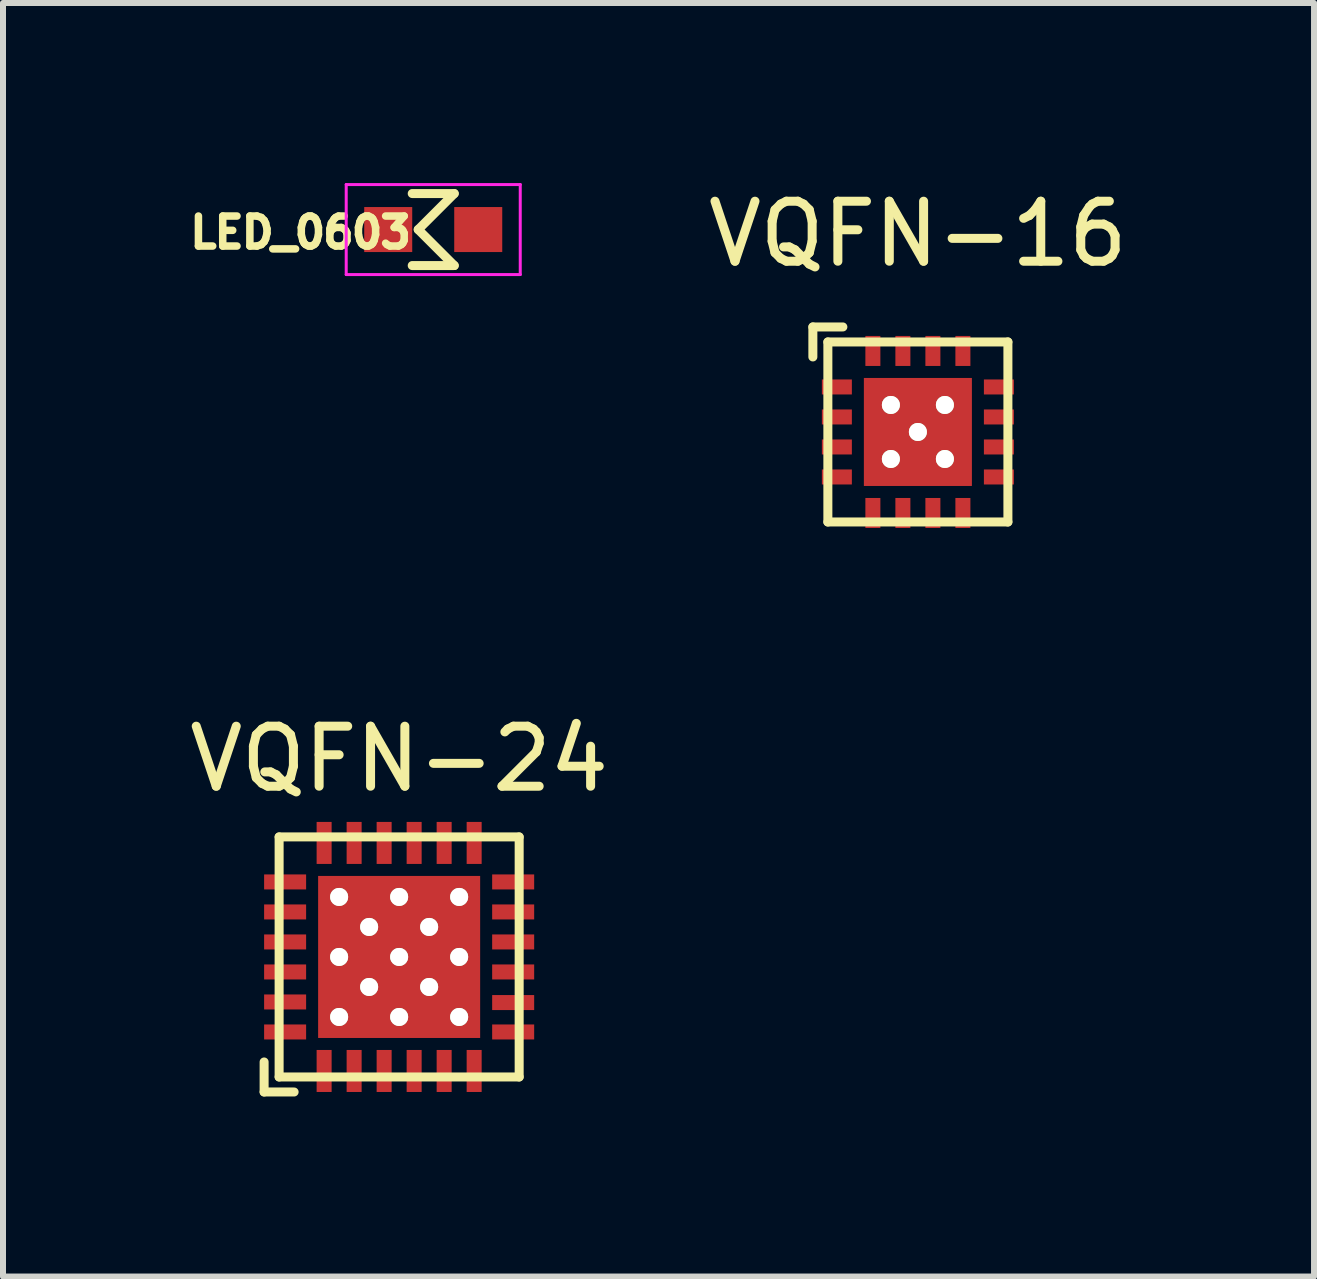
<source format=kicad_pcb>
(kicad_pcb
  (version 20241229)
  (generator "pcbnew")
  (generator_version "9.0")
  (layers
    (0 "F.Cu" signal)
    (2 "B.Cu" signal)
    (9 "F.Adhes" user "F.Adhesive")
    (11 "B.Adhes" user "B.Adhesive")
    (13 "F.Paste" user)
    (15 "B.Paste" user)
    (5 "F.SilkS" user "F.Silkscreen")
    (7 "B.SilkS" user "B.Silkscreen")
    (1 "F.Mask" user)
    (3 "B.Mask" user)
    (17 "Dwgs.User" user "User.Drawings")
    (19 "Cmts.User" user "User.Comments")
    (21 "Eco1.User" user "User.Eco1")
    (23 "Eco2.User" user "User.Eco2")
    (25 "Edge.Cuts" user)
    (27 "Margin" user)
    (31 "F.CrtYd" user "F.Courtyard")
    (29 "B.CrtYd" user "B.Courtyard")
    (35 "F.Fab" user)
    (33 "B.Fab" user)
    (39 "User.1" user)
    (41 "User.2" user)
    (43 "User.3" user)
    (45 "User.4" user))
  (footprint "LED_0603"
    (layer "F.Cu")
    (at 4.169 0.775)
    (property "Reference" "LED_0603" (at -2.21 0.05 0) (layer "F.SilkS") (effects (font (size 0.5 0.5) (thickness 0.125))))
    (attr smd)
    (fp_line (start -0.35 -0.6) (end 0.35 -0.6) (stroke (width 0.15) (type solid)) (layer "F.SilkS"))
    (fp_line (start -0.25 0) (end 0.35 0.6) (stroke (width 0.15) (type solid)) (layer "F.SilkS"))
    (fp_line (start 0.35 -0.6) (end -0.25 0) (stroke (width 0.15) (type solid)) (layer "F.SilkS"))
    (fp_line (start 0.35 0.6) (end -0.35 0.6) (stroke (width 0.15) (type solid)) (layer "F.SilkS"))
    (fp_line (start -1.45 -0.75) (end -1.45 0.75) (stroke (width 0.05) (type solid)) (layer "F.CrtYd"))
    (fp_line (start -1.45 -0.75) (end 1.45 -0.75) (stroke (width 0.05) (type solid)) (layer "F.CrtYd"))
    (fp_line (start -1.45 0.75) (end 1.45 0.75) (stroke (width 0.05) (type solid)) (layer "F.CrtYd"))
    (fp_line (start 1.45 -0.75) (end 1.45 0.75) (stroke (width 0.05) (type solid)) (layer "F.CrtYd"))
    (pad "1" smd rect (at -0.75 0) (size 0.8 0.75) (layers "F.Cu" "F.Mask" "F.Paste"))
    (pad "2" smd rect (at 0.75 0) (size 0.8 0.75) (layers "F.Cu" "F.Mask" "F.Paste")))
  (footprint "VQFN-24"
    (layer "F.Cu")
    (at 3.601 12.896)
    (property "Reference" "VQFN-24" (at 0 -3.3 0) (layer "F.SilkS") (effects (font (size 1 1) (thickness 0.15))))
    (attr through_hole)
    (fp_line (start -2.25 1.75) (end -2.25 2.25) (stroke (width 0.15) (type solid)) (layer "F.SilkS"))
    (fp_line (start -2.25 2.25) (end -1.75 2.25) (stroke (width 0.15) (type solid)) (layer "F.SilkS"))
    (fp_line (start -2 -2) (end 2 -2) (stroke (width 0.15) (type solid)) (layer "F.SilkS"))
    (fp_line (start -2 2) (end -2 -2) (stroke (width 0.15) (type solid)) (layer "F.SilkS"))
    (fp_line (start 2 -2) (end 2 2) (stroke (width 0.15) (type solid)) (layer "F.SilkS"))
    (fp_line (start 2 2) (end -2 2) (stroke (width 0.15) (type solid)) (layer "F.SilkS"))
    (pad "1" smd rect (at -1.25 1.9) (size 0.25 0.7) (layers "F.Cu" "F.Mask" "F.Paste"))
    (pad "2" smd rect (at -0.75 1.9) (size 0.25 0.7) (layers "F.Cu" "F.Mask" "F.Paste"))
    (pad "3" smd rect (at -0.25 1.9) (size 0.25 0.7) (layers "F.Cu" "F.Mask" "F.Paste"))
    (pad "4" smd rect (at 0.25 1.9) (size 0.25 0.7) (layers "F.Cu" "F.Mask" "F.Paste"))
    (pad "5" smd rect (at 0.75 1.9) (size 0.25 0.7) (layers "F.Cu" "F.Mask" "F.Paste"))
    (pad "6" smd rect (at 1.25 1.9) (size 0.25 0.7) (layers "F.Cu" "F.Mask" "F.Paste"))
    (pad "7" smd rect (at 1.9 1.25 90) (size 0.25 0.7) (layers "F.Cu" "F.Mask" "F.Paste"))
    (pad "8" smd rect (at 1.9 0.76 90) (size 0.25 0.7) (layers "F.Cu" "F.Mask" "F.Paste"))
    (pad "9" smd rect (at 1.9 0.25 90) (size 0.25 0.7) (layers "F.Cu" "F.Mask" "F.Paste"))
    (pad "10" smd rect (at 1.9 -0.25 90) (size 0.25 0.7) (layers "F.Cu" "F.Mask" "F.Paste"))
    (pad "11" smd rect (at 1.9 -0.75 90) (size 0.25 0.7) (layers "F.Cu" "F.Mask" "F.Paste"))
    (pad "12" smd rect (at 1.9 -1.25 90) (size 0.25 0.7) (layers "F.Cu" "F.Mask" "F.Paste"))
    (pad "13" smd rect (at 1.25 -1.9) (size 0.25 0.7) (layers "F.Cu" "F.Mask" "F.Paste"))
    (pad "14" smd rect (at 0.75 -1.9) (size 0.25 0.7) (layers "F.Cu" "F.Mask" "F.Paste"))
    (pad "15" smd rect (at 0.25 -1.9) (size 0.25 0.7) (layers "F.Cu" "F.Mask" "F.Paste"))
    (pad "16" smd rect (at -0.25 -1.9) (size 0.25 0.7) (layers "F.Cu" "F.Mask" "F.Paste"))
    (pad "17" smd rect (at -0.75 -1.9) (size 0.25 0.7) (layers "F.Cu" "F.Mask" "F.Paste"))
    (pad "18" smd rect (at -1.25 -1.9) (size 0.25 0.7) (layers "F.Cu" "F.Mask" "F.Paste"))
    (pad "19" smd rect (at -1.9 -1.25 90) (size 0.25 0.7) (layers "F.Cu" "F.Mask" "F.Paste"))
    (pad "20" smd rect (at -1.9 -0.75 90) (size 0.25 0.7) (layers "F.Cu" "F.Mask" "F.Paste"))
    (pad "21" smd rect (at -1.9 -0.25 90) (size 0.25 0.7) (layers "F.Cu" "F.Mask" "F.Paste"))
    (pad "22" smd rect (at -1.9 0.25 90) (size 0.25 0.7) (layers "F.Cu" "F.Mask" "F.Paste"))
    (pad "23" smd rect (at -1.9 0.75 90) (size 0.25 0.7) (layers "F.Cu" "F.Mask" "F.Paste"))
    (pad "24" smd rect (at -1.9 1.25 90) (size 0.25 0.7) (layers "F.Cu" "F.Mask" "F.Paste"))
    (pad "EP" thru_hole circle (at -1 -1) (size 0.3 0.3) (drill 0.3) (layers "*.Cu" "F.Mask" "F.SilkS"))
    (pad "EP" thru_hole circle (at -1 0) (size 0.3 0.3) (drill 0.3) (layers "*.Cu" "F.Mask" "F.SilkS"))
    (pad "EP" thru_hole circle (at -1 1) (size 0.3 0.3) (drill 0.3) (layers "*.Cu" "F.Mask" "F.SilkS"))
    (pad "EP" thru_hole circle (at -0.5 -0.5) (size 0.3 0.3) (drill 0.3) (layers "*.Cu" "F.Mask" "F.SilkS"))
    (pad "EP" thru_hole circle (at -0.5 0.5) (size 0.3 0.3) (drill 0.3) (layers "*.Cu" "F.Mask" "F.SilkS"))
    (pad "EP" thru_hole circle (at 0 -1) (size 0.3 0.3) (drill 0.3) (layers "*.Cu" "F.Mask" "F.SilkS"))
    (pad "EP" thru_hole circle (at 0 0) (size 0.3 0.3) (drill 0.3) (layers "*.Cu" "F.Mask" "F.SilkS"))
    (pad "EP" smd rect (at 0 0) (size 2.7 2.7) (layers "F.Cu" "F.Mask" "F.Paste"))
    (pad "EP" thru_hole circle (at 0 1) (size 0.3 0.3) (drill 0.3) (layers "*.Cu" "F.Mask" "F.SilkS"))
    (pad "EP" thru_hole circle (at 0.5 -0.5) (size 0.3 0.3) (drill 0.3) (layers "*.Cu" "F.Mask" "F.SilkS"))
    (pad "EP" thru_hole circle (at 0.5 0.5) (size 0.3 0.3) (drill 0.3) (layers "*.Cu" "F.Mask" "F.SilkS"))
    (pad "EP" thru_hole circle (at 1 -1) (size 0.3 0.3) (drill 0.3) (layers "*.Cu" "F.Mask" "F.SilkS"))
    (pad "EP" thru_hole circle (at 1 0) (size 0.3 0.3) (drill 0.3) (layers "*.Cu" "F.Mask" "F.SilkS"))
    (pad "EP" thru_hole circle (at 1 1) (size 0.3 0.3) (drill 0.3) (layers "*.Cu" "F.Mask" "F.SilkS")))
  (footprint "VQFN-16"
    (layer "F.Cu")
    (at 12.245 4.148)
    (property "Reference" "VQFN-16" (at 0 -3.3 0) (layer "F.SilkS") (effects (font (size 1 1) (thickness 0.15))))
    (attr through_hole)
    (fp_line (start -1.75 -1.75) (end -1.75 -1.25) (stroke (width 0.15) (type solid)) (layer "F.SilkS"))
    (fp_line (start -1.5 -1.5) (end 1.5 -1.5) (stroke (width 0.15) (type solid)) (layer "F.SilkS"))
    (fp_line (start -1.5 1.5) (end -1.5 -1.5) (stroke (width 0.15) (type solid)) (layer "F.SilkS"))
    (fp_line (start -1.25 -1.75) (end -1.75 -1.75) (stroke (width 0.15) (type solid)) (layer "F.SilkS"))
    (fp_line (start 1.5 -1.5) (end 1.5 1.5) (stroke (width 0.15) (type solid)) (layer "F.SilkS"))
    (fp_line (start 1.5 1.5) (end -1.5 1.5) (stroke (width 0.15) (type solid)) (layer "F.SilkS"))
    (pad "1" smd rect (at -1.35 -0.75 90) (size 0.25 0.5) (layers "F.Cu" "F.Mask" "F.Paste"))
    (pad "2" smd rect (at -1.35 -0.25 90) (size 0.25 0.5) (layers "F.Cu" "F.Mask" "F.Paste"))
    (pad "3" smd rect (at -1.35 0.25 90) (size 0.25 0.5) (layers "F.Cu" "F.Mask" "F.Paste"))
    (pad "4" smd rect (at -1.35 0.75 90) (size 0.25 0.5) (layers "F.Cu" "F.Mask" "F.Paste"))
    (pad "5" smd rect (at -0.75 1.35) (size 0.25 0.5) (layers "F.Cu" "F.Mask" "F.Paste"))
    (pad "6" smd rect (at -0.25 1.35) (size 0.25 0.5) (layers "F.Cu" "F.Mask" "F.Paste"))
    (pad "7" smd rect (at 0.25 1.35) (size 0.25 0.5) (layers "F.Cu" "F.Mask" "F.Paste"))
    (pad "8" smd rect (at 0.75 1.35) (size 0.25 0.5) (layers "F.Cu" "F.Mask" "F.Paste"))
    (pad "9" smd rect (at 1.35 0.75 90) (size 0.25 0.5) (layers "F.Cu" "F.Mask" "F.Paste"))
    (pad "10" smd rect (at 1.35 0.25 90) (size 0.25 0.5) (layers "F.Cu" "F.Mask" "F.Paste"))
    (pad "11" smd rect (at 1.35 -0.25 90) (size 0.25 0.5) (layers "F.Cu" "F.Mask" "F.Paste"))
    (pad "12" smd rect (at 1.35 -0.75 90) (size 0.25 0.5) (layers "F.Cu" "F.Mask" "F.Paste"))
    (pad "13" smd rect (at 0.75 -1.35) (size 0.25 0.5) (layers "F.Cu" "F.Mask" "F.Paste"))
    (pad "14" smd rect (at 0.25 -1.35) (size 0.25 0.5) (layers "F.Cu" "F.Mask" "F.Paste"))
    (pad "15" smd rect (at -0.25 -1.35) (size 0.25 0.5) (layers "F.Cu" "F.Mask" "F.Paste"))
    (pad "16" smd rect (at -0.75 -1.35) (size 0.25 0.5) (layers "F.Cu" "F.Mask" "F.Paste"))
    (pad "EP" thru_hole circle (at -0.45 -0.45) (size 0.3 0.3) (drill 0.3) (layers "*.Cu" "F.Mask" "F.SilkS"))
    (pad "EP" thru_hole circle (at -0.45 0.45) (size 0.3 0.3) (drill 0.3) (layers "*.Cu" "F.Mask" "F.SilkS"))
    (pad "EP" thru_hole circle (at 0 0) (size 0.3 0.3) (drill 0.3) (layers "*.Cu" "F.Mask" "F.SilkS"))
    (pad "EP" smd rect (at 0 0) (size 1.8 1.8) (layers "F.Cu" "F.Mask" "F.Paste"))
    (pad "EP" thru_hole circle (at 0.45 -0.45) (size 0.3 0.3) (drill 0.3) (layers "*.Cu" "F.Mask" "F.SilkS"))
    (pad "EP" thru_hole circle (at 0.45 0.45) (size 0.3 0.3) (drill 0.3) (layers "*.Cu" "F.Mask" "F.SilkS")))
  (gr_rect
    (start -3 -3)
    (end 18.846 18.221)
    (stroke (width 0.1) (type default))
    (fill no)
    (layer "Edge.Cuts")))
</source>
